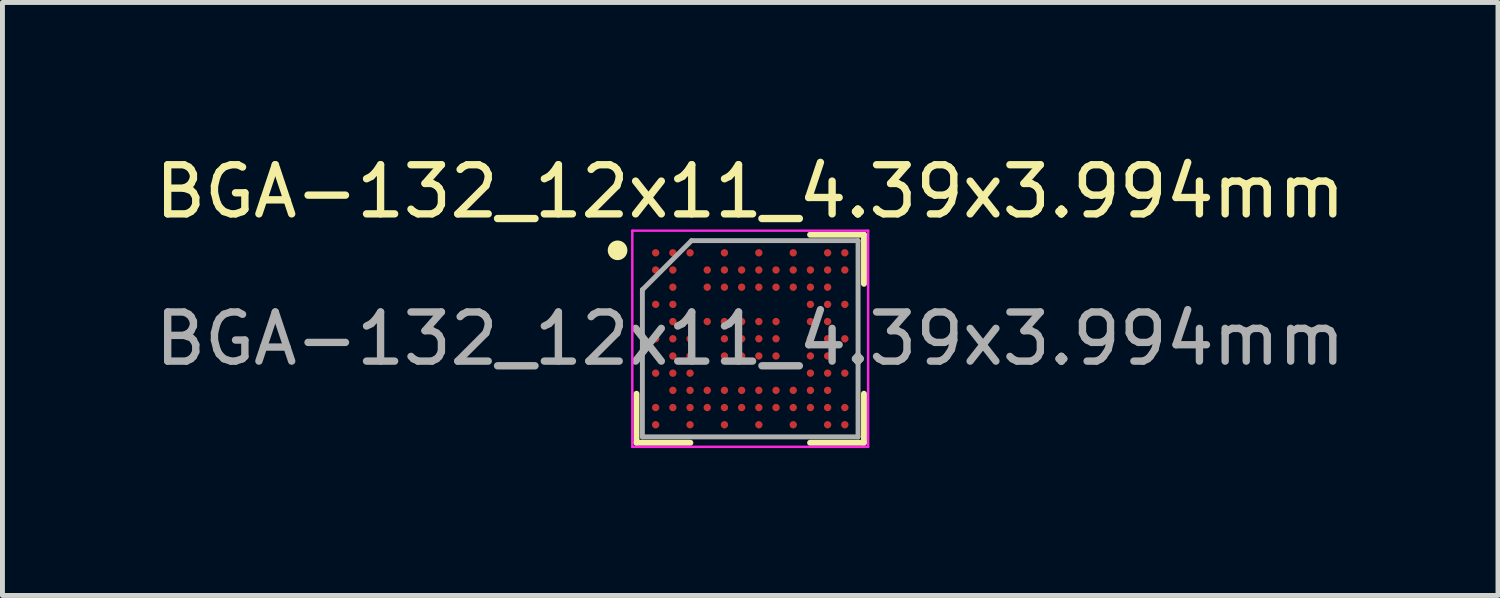
<source format=kicad_pcb>
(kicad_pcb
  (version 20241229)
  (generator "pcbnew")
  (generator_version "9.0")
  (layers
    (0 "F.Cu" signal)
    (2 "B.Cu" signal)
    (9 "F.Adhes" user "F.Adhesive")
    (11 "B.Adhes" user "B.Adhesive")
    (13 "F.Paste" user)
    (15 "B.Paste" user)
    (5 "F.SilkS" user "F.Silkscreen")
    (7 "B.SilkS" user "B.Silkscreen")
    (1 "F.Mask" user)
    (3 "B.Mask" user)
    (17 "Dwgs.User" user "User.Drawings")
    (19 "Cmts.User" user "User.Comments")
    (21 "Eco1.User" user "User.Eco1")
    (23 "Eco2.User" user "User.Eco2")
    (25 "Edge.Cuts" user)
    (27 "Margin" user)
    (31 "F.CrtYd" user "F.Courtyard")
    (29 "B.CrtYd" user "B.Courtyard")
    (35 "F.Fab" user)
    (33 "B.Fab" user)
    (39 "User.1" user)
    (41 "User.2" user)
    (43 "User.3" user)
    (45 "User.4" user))
  (footprint "BGA-132_12x11_4.39x3.994mm"
    (layer "F.Cu")
    (at 12.22 3.845)
    (property "Reference" "BGA-132_12x11_4.39x3.994mm" (at 0 -2.997 0) (layer "F.SilkS") (effects (font (size 1 1) (thickness 0.15))))
    (attr smd)
    (fp_line (start -2.315 2.117) (end -2.315 1.119) (stroke (width 0.12) (type default)) (layer "F.SilkS"))
    (fp_line (start -1.218 2.117) (end -2.315 2.117) (stroke (width 0.12) (type default)) (layer "F.SilkS"))
    (fp_line (start 1.218 -2.117) (end 2.315 -2.117) (stroke (width 0.12) (type default)) (layer "F.SilkS"))
    (fp_line (start 1.218 2.117) (end 2.315 2.117) (stroke (width 0.12) (type default)) (layer "F.SilkS"))
    (fp_line (start 2.315 -2.117) (end 2.315 -1.119) (stroke (width 0.12) (type default)) (layer "F.SilkS"))
    (fp_line (start 2.315 2.117) (end 2.315 1.119) (stroke (width 0.12) (type default)) (layer "F.SilkS"))
    (fp_circle (center -2.7 -1.8) (end -2.7 -1.7) (stroke (width 0.2) (type default)) (fill no) (layer "F.SilkS"))
    (fp_line (start -2.4 -2.2) (end 2.4 -2.2) (stroke (width 0.05) (type default)) (layer "F.CrtYd"))
    (fp_line (start -2.4 2.2) (end -2.4 -2.2) (stroke (width 0.05) (type default)) (layer "F.CrtYd"))
    (fp_line (start 2.4 -2.2) (end 2.4 2.2) (stroke (width 0.05) (type default)) (layer "F.CrtYd"))
    (fp_line (start 2.4 2.2) (end -2.4 2.2) (stroke (width 0.05) (type default)) (layer "F.CrtYd"))
    (fp_line (start -2.195 -0.997) (end -2.195 1.997) (stroke (width 0.1) (type default)) (layer "F.Fab"))
    (fp_line (start -2.195 1.997) (end 2.195 1.997) (stroke (width 0.1) (type default)) (layer "F.Fab"))
    (fp_line (start -1.195 -1.997) (end -2.195 -0.997) (stroke (width 0.1) (type default)) (layer "F.Fab"))
    (fp_line (start 2.195 -1.997) (end -1.195 -1.997) (stroke (width 0.1) (type default)) (layer "F.Fab"))
    (fp_line (start 2.195 1.997) (end 2.195 -1.997) (stroke (width 0.1) (type default)) (layer "F.Fab"))
    (fp_text user "${REFERENCE}" (at 0 0 0) (layer "F.Fab") (effects (font (size 1 1) (thickness 0.15))))
    (pad "A1" smd circle (at -1.925 -1.75) (size 0.15 0.15) (layers "F.Cu" "F.Mask" "F.Paste"))
    (pad "A2" smd circle (at -1.575 -1.75) (size 0.15 0.15) (layers "F.Cu" "F.Mask" "F.Paste"))
    (pad "A3" smd circle (at -1.225 -1.75) (size 0.15 0.15) (layers "F.Cu" "F.Mask" "F.Paste"))
    (pad "A5" smd circle (at -0.525 -1.75) (size 0.15 0.15) (layers "F.Cu" "F.Mask" "F.Paste"))
    (pad "A7" smd circle (at 0.175 -1.75) (size 0.15 0.15) (layers "F.Cu" "F.Mask" "F.Paste"))
    (pad "A9" smd circle (at 0.875 -1.75) (size 0.15 0.15) (layers "F.Cu" "F.Mask" "F.Paste"))
    (pad "A11" smd circle (at 1.575 -1.75) (size 0.15 0.15) (layers "F.Cu" "F.Mask" "F.Paste"))
    (pad "A12" smd circle (at 1.925 -1.75) (size 0.15 0.15) (layers "F.Cu" "F.Mask" "F.Paste"))
    (pad "B1" smd circle (at -1.925 -1.4) (size 0.15 0.15) (layers "F.Cu" "F.Mask" "F.Paste"))
    (pad "B2" smd circle (at -1.575 -1.4) (size 0.15 0.15) (layers "F.Cu" "F.Mask" "F.Paste"))
    (pad "B4" smd circle (at -0.875 -1.4) (size 0.15 0.15) (layers "F.Cu" "F.Mask" "F.Paste"))
    (pad "B5" smd circle (at -0.525 -1.4) (size 0.15 0.15) (layers "F.Cu" "F.Mask" "F.Paste"))
    (pad "B6" smd circle (at -0.175 -1.4) (size 0.15 0.15) (layers "F.Cu" "F.Mask" "F.Paste"))
    (pad "B7" smd circle (at 0.175 -1.4) (size 0.15 0.15) (layers "F.Cu" "F.Mask" "F.Paste"))
    (pad "B8" smd circle (at 0.525 -1.4) (size 0.15 0.15) (layers "F.Cu" "F.Mask" "F.Paste"))
    (pad "B9" smd circle (at 0.875 -1.4) (size 0.15 0.15) (layers "F.Cu" "F.Mask" "F.Paste"))
    (pad "B10" smd circle (at 1.225 -1.4) (size 0.15 0.15) (layers "F.Cu" "F.Mask" "F.Paste"))
    (pad "B11" smd circle (at 1.575 -1.4) (size 0.15 0.15) (layers "F.Cu" "F.Mask" "F.Paste"))
    (pad "B12" smd circle (at 1.925 -1.4) (size 0.15 0.15) (layers "F.Cu" "F.Mask" "F.Paste"))
    (pad "C2" smd circle (at -1.575 -1.05) (size 0.15 0.15) (layers "F.Cu" "F.Mask" "F.Paste"))
    (pad "C4" smd circle (at -0.875 -1.05) (size 0.15 0.15) (layers "F.Cu" "F.Mask" "F.Paste"))
    (pad "C5" smd circle (at -0.525 -1.05) (size 0.15 0.15) (layers "F.Cu" "F.Mask" "F.Paste"))
    (pad "C6" smd circle (at -0.175 -1.05) (size 0.15 0.15) (layers "F.Cu" "F.Mask" "F.Paste"))
    (pad "C7" smd circle (at 0.175 -1.05) (size 0.15 0.15) (layers "F.Cu" "F.Mask" "F.Paste"))
    (pad "C8" smd circle (at 0.525 -1.05) (size 0.15 0.15) (layers "F.Cu" "F.Mask" "F.Paste"))
    (pad "C9" smd circle (at 0.875 -1.05) (size 0.15 0.15) (layers "F.Cu" "F.Mask" "F.Paste"))
    (pad "C10" smd circle (at 1.225 -1.05) (size 0.15 0.15) (layers "F.Cu" "F.Mask" "F.Paste"))
    (pad "C11" smd circle (at 1.575 -1.05) (size 0.15 0.15) (layers "F.Cu" "F.Mask" "F.Paste"))
    (pad "D1" smd circle (at -1.925 -0.7) (size 0.15 0.15) (layers "F.Cu" "F.Mask" "F.Paste"))
    (pad "D2" smd circle (at -1.575 -0.7) (size 0.15 0.15) (layers "F.Cu" "F.Mask" "F.Paste"))
    (pad "D10" smd circle (at 1.225 -0.7) (size 0.15 0.15) (layers "F.Cu" "F.Mask" "F.Paste"))
    (pad "D11" smd circle (at 1.575 -0.7) (size 0.15 0.15) (layers "F.Cu" "F.Mask" "F.Paste"))
    (pad "D12" smd circle (at 1.925 -0.7) (size 0.15 0.15) (layers "F.Cu" "F.Mask" "F.Paste"))
    (pad "E2" smd circle (at -1.575 -0.35) (size 0.15 0.15) (layers "F.Cu" "F.Mask" "F.Paste"))
    (pad "E3" smd circle (at -1.225 -0.35) (size 0.15 0.15) (layers "F.Cu" "F.Mask" "F.Paste"))
    (pad "E4" smd circle (at -0.875 -0.35) (size 0.15 0.15) (layers "F.Cu" "F.Mask" "F.Paste"))
    (pad "E5" smd circle (at -0.525 -0.35) (size 0.15 0.15) (layers "F.Cu" "F.Mask" "F.Paste"))
    (pad "E6" smd circle (at -0.175 -0.35) (size 0.15 0.15) (layers "F.Cu" "F.Mask" "F.Paste"))
    (pad "E7" smd circle (at 0.175 -0.35) (size 0.15 0.15) (layers "F.Cu" "F.Mask" "F.Paste"))
    (pad "E8" smd circle (at 0.525 -0.35) (size 0.15 0.15) (layers "F.Cu" "F.Mask" "F.Paste"))
    (pad "E10" smd circle (at 1.225 -0.35) (size 0.15 0.15) (layers "F.Cu" "F.Mask" "F.Paste"))
    (pad "E11" smd circle (at 1.575 -0.35) (size 0.15 0.15) (layers "F.Cu" "F.Mask" "F.Paste"))
    (pad "F1" smd circle (at -1.925 0) (size 0.15 0.15) (layers "F.Cu" "F.Mask" "F.Paste"))
    (pad "F2" smd circle (at -1.575 0) (size 0.15 0.15) (layers "F.Cu" "F.Mask" "F.Paste"))
    (pad "F3" smd circle (at -1.225 0) (size 0.15 0.15) (layers "F.Cu" "F.Mask" "F.Paste"))
    (pad "F5" smd circle (at -0.525 0) (size 0.15 0.15) (layers "F.Cu" "F.Mask" "F.Paste"))
    (pad "F6" smd circle (at -0.175 0) (size 0.15 0.15) (layers "F.Cu" "F.Mask" "F.Paste"))
    (pad "F7" smd circle (at 0.175 0) (size 0.15 0.15) (layers "F.Cu" "F.Mask" "F.Paste"))
    (pad "F8" smd circle (at 0.525 0) (size 0.15 0.15) (layers "F.Cu" "F.Mask" "F.Paste"))
    (pad "F10" smd circle (at 1.225 0) (size 0.15 0.15) (layers "F.Cu" "F.Mask" "F.Paste"))
    (pad "F11" smd circle (at 1.575 0) (size 0.15 0.15) (layers "F.Cu" "F.Mask" "F.Paste"))
    (pad "F12" smd circle (at 1.925 0) (size 0.15 0.15) (layers "F.Cu" "F.Mask" "F.Paste"))
    (pad "G2" smd circle (at -1.575 0.35) (size 0.15 0.15) (layers "F.Cu" "F.Mask" "F.Paste"))
    (pad "G3" smd circle (at -1.225 0.35) (size 0.15 0.15) (layers "F.Cu" "F.Mask" "F.Paste"))
    (pad "G5" smd circle (at -0.525 0.35) (size 0.15 0.15) (layers "F.Cu" "F.Mask" "F.Paste"))
    (pad "G6" smd circle (at -0.175 0.35) (size 0.15 0.15) (layers "F.Cu" "F.Mask" "F.Paste"))
    (pad "G7" smd circle (at 0.175 0.35) (size 0.15 0.15) (layers "F.Cu" "F.Mask" "F.Paste"))
    (pad "G8" smd circle (at 0.525 0.35) (size 0.15 0.15) (layers "F.Cu" "F.Mask" "F.Paste"))
    (pad "G10" smd circle (at 1.225 0.35) (size 0.15 0.15) (layers "F.Cu" "F.Mask" "F.Paste"))
    (pad "G11" smd circle (at 1.575 0.35) (size 0.15 0.15) (layers "F.Cu" "F.Mask" "F.Paste"))
    (pad "H1" smd circle (at -1.925 0.7) (size 0.15 0.15) (layers "F.Cu" "F.Mask" "F.Paste"))
    (pad "H2" smd circle (at -1.575 0.7) (size 0.15 0.15) (layers "F.Cu" "F.Mask" "F.Paste"))
    (pad "H3" smd circle (at -1.225 0.7) (size 0.15 0.15) (layers "F.Cu" "F.Mask" "F.Paste"))
    (pad "H10" smd circle (at 1.225 0.7) (size 0.15 0.15) (layers "F.Cu" "F.Mask" "F.Paste"))
    (pad "H11" smd circle (at 1.575 0.7) (size 0.15 0.15) (layers "F.Cu" "F.Mask" "F.Paste"))
    (pad "H12" smd circle (at 1.925 0.7) (size 0.15 0.15) (layers "F.Cu" "F.Mask" "F.Paste"))
    (pad "J2" smd circle (at -1.575 1.05) (size 0.15 0.15) (layers "F.Cu" "F.Mask" "F.Paste"))
    (pad "J3" smd circle (at -1.225 1.05) (size 0.15 0.15) (layers "F.Cu" "F.Mask" "F.Paste"))
    (pad "J4" smd circle (at -0.875 1.05) (size 0.15 0.15) (layers "F.Cu" "F.Mask" "F.Paste"))
    (pad "J5" smd circle (at -0.525 1.05) (size 0.15 0.15) (layers "F.Cu" "F.Mask" "F.Paste"))
    (pad "J6" smd circle (at -0.175 1.05) (size 0.15 0.15) (layers "F.Cu" "F.Mask" "F.Paste"))
    (pad "J7" smd circle (at 0.175 1.05) (size 0.15 0.15) (layers "F.Cu" "F.Mask" "F.Paste"))
    (pad "J8" smd circle (at 0.525 1.05) (size 0.15 0.15) (layers "F.Cu" "F.Mask" "F.Paste"))
    (pad "J9" smd circle (at 0.875 1.05) (size 0.15 0.15) (layers "F.Cu" "F.Mask" "F.Paste"))
    (pad "J10" smd circle (at 1.225 1.05) (size 0.15 0.15) (layers "F.Cu" "F.Mask" "F.Paste"))
    (pad "J11" smd circle (at 1.575 1.05) (size 0.15 0.15) (layers "F.Cu" "F.Mask" "F.Paste"))
    (pad "K1" smd circle (at -1.925 1.4) (size 0.15 0.15) (layers "F.Cu" "F.Mask" "F.Paste"))
    (pad "K2" smd circle (at -1.575 1.4) (size 0.15 0.15) (layers "F.Cu" "F.Mask" "F.Paste"))
    (pad "K3" smd circle (at -1.225 1.4) (size 0.15 0.15) (layers "F.Cu" "F.Mask" "F.Paste"))
    (pad "K4" smd circle (at -0.875 1.4) (size 0.15 0.15) (layers "F.Cu" "F.Mask" "F.Paste"))
    (pad "K5" smd circle (at -0.525 1.4) (size 0.15 0.15) (layers "F.Cu" "F.Mask" "F.Paste"))
    (pad "K6" smd circle (at -0.175 1.4) (size 0.15 0.15) (layers "F.Cu" "F.Mask" "F.Paste"))
    (pad "K7" smd circle (at 0.175 1.4) (size 0.15 0.15) (layers "F.Cu" "F.Mask" "F.Paste"))
    (pad "K8" smd circle (at 0.525 1.4) (size 0.15 0.15) (layers "F.Cu" "F.Mask" "F.Paste"))
    (pad "K9" smd circle (at 0.875 1.4) (size 0.15 0.15) (layers "F.Cu" "F.Mask" "F.Paste"))
    (pad "K10" smd circle (at 1.225 1.4) (size 0.15 0.15) (layers "F.Cu" "F.Mask" "F.Paste"))
    (pad "K11" smd circle (at 1.575 1.4) (size 0.15 0.15) (layers "F.Cu" "F.Mask" "F.Paste"))
    (pad "K12" smd circle (at 1.925 1.4) (size 0.15 0.15) (layers "F.Cu" "F.Mask" "F.Paste"))
    (pad "L1" smd circle (at -1.925 1.75) (size 0.15 0.15) (layers "F.Cu" "F.Mask" "F.Paste"))
    (pad "L3" smd circle (at -1.225 1.75) (size 0.15 0.15) (layers "F.Cu" "F.Mask" "F.Paste"))
    (pad "L5" smd circle (at -0.525 1.75) (size 0.15 0.15) (layers "F.Cu" "F.Mask" "F.Paste"))
    (pad "L7" smd circle (at 0.175 1.75) (size 0.15 0.15) (layers "F.Cu" "F.Mask" "F.Paste"))
    (pad "L9" smd circle (at 0.875 1.75) (size 0.15 0.15) (layers "F.Cu" "F.Mask" "F.Paste"))
    (pad "L11" smd circle (at 1.575 1.75) (size 0.15 0.15) (layers "F.Cu" "F.Mask" "F.Paste"))
    (pad "L12" smd circle (at 1.925 1.75) (size 0.15 0.15) (layers "F.Cu" "F.Mask" "F.Paste")))
  (gr_rect
    (start -3 -3)
    (end 27.44 9.07)
    (stroke (width 0.1) (type default))
    (fill no)
    (layer "Edge.Cuts")))
</source>
